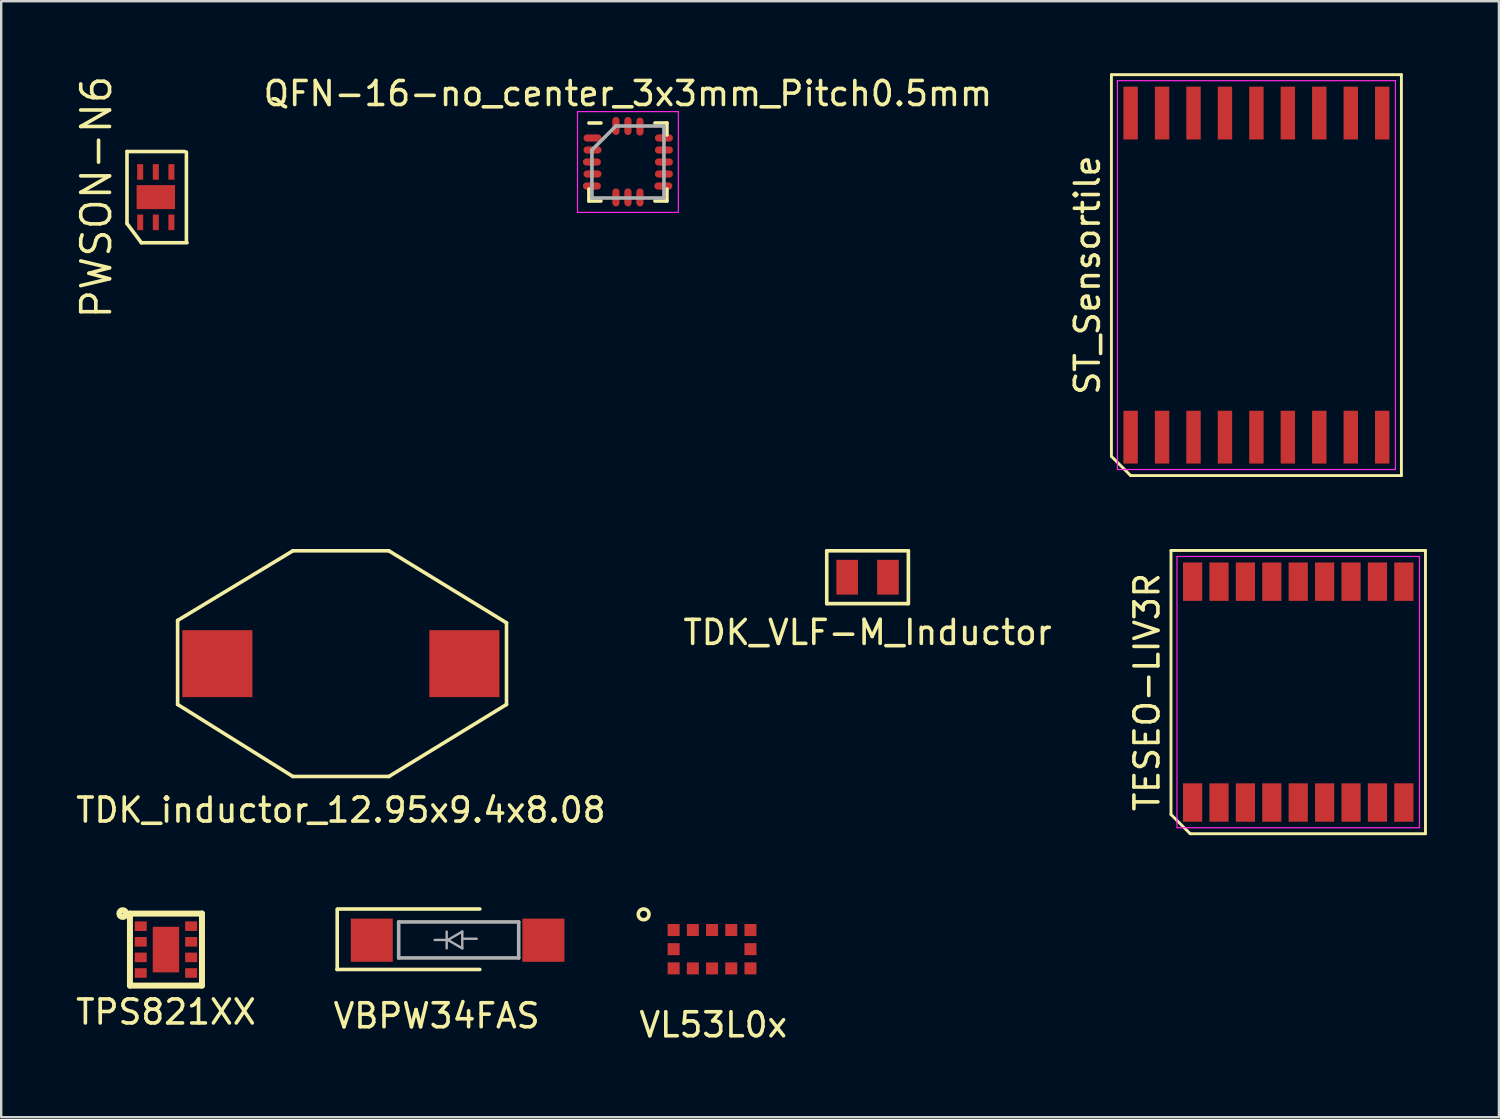
<source format=kicad_pcb>
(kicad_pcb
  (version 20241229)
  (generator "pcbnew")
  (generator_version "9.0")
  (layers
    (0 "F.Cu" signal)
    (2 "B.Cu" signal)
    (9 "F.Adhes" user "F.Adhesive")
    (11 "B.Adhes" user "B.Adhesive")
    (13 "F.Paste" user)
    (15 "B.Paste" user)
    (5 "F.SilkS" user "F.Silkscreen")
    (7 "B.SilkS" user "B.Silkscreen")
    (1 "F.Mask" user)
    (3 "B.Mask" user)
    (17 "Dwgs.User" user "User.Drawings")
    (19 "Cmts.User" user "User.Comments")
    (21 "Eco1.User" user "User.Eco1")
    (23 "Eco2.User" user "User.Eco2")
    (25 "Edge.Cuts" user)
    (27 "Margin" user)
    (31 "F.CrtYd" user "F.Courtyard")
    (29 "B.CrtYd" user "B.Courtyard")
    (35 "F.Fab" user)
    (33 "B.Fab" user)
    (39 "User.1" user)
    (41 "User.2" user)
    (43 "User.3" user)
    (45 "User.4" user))
  (footprint "TPS821XX"
    (layer "F.Cu")
    (at 3.863 36.506)
    (property "Reference" "TPS821XX" (at 0 2.6 0) (layer "F.SilkS") (effects (font (size 1 1) (thickness 0.15))))
    (attr through_hole)
    (fp_line (start -1.5 -1.5) (end 1.5 -1.5) (stroke (width 0.25) (type solid)) (layer "F.SilkS"))
    (fp_line (start -1.5 1.5) (end -1.5 -1.5) (stroke (width 0.25) (type solid)) (layer "F.SilkS"))
    (fp_line (start 1.5 -1.5) (end 1.5 1.5) (stroke (width 0.25) (type solid)) (layer "F.SilkS"))
    (fp_line (start 1.5 1.5) (end -1.5 1.5) (stroke (width 0.25) (type solid)) (layer "F.SilkS"))
    (fp_circle (center -1.8 -1.5) (end -1.7 -1.4) (stroke (width 0.25) (type solid)) (fill no) (layer "F.SilkS"))
    (pad "1" smd rect (at -1.05 -0.975) (size 0.5 0.4) (layers "F.Cu" "F.Mask" "F.Paste"))
    (pad "2" smd rect (at -1.05 -0.325) (size 0.5 0.4) (layers "F.Cu" "F.Mask" "F.Paste"))
    (pad "3" smd rect (at -1.05 0.325) (size 0.5 0.4) (layers "F.Cu" "F.Mask" "F.Paste"))
    (pad "3" smd rect (at 0 0) (size 1.1 1.9) (layers "F.Cu" "F.Mask" "F.Paste"))
    (pad "4" smd rect (at -1.05 0.975) (size 0.5 0.4) (layers "F.Cu" "F.Mask" "F.Paste"))
    (pad "5" smd rect (at 1.05 0.975) (size 0.5 0.4) (layers "F.Cu" "F.Mask" "F.Paste"))
    (pad "6" smd rect (at 1.05 0.325) (size 0.5 0.4) (layers "F.Cu" "F.Mask" "F.Paste"))
    (pad "7" smd rect (at 1.05 -0.325) (size 0.5 0.4) (layers "F.Cu" "F.Mask" "F.Paste"))
    (pad "8" smd rect (at 1.05 -0.975) (size 0.5 0.4) (layers "F.Cu" "F.Mask" "F.Paste")))
  (footprint "TDK_VLF-M_Inductor"
    (layer "F.Cu")
    (at 33.089 20.995)
    (property "Reference" "TDK_VLF-M_Inductor" (at 0 2.3 0) (layer "F.SilkS") (effects (font (size 1 1) (thickness 0.15))))
    (attr through_hole)
    (fp_line (start -1.7 -1.1) (end 1.7 -1.1) (stroke (width 0.15) (type solid)) (layer "F.SilkS"))
    (fp_line (start -1.7 1.1) (end -1.7 -1.1) (stroke (width 0.15) (type solid)) (layer "F.SilkS"))
    (fp_line (start 1.7 -1.1) (end 1.7 1.1) (stroke (width 0.15) (type solid)) (layer "F.SilkS"))
    (fp_line (start 1.7 1.1) (end -1.7 1.1) (stroke (width 0.15) (type solid)) (layer "F.SilkS"))
    (pad "1" smd rect (at -0.85 0) (size 0.9 1.45) (layers "F.Cu" "F.Mask" "F.Paste"))
    (pad "2" smd rect (at 0.85 0) (size 0.9 1.45) (layers "F.Cu" "F.Mask" "F.Paste")))
  (footprint "QFN-16-no_center_3x3mm_Pitch0.5mm"
    (layer "F.Cu")
    (at 23.107 3.698)
    (property "Reference" "QFN-16-no_center_3x3mm_Pitch0.5mm" (at 0 -2.85 0) (layer "F.SilkS") (effects (font (size 1 1) (thickness 0.15))))
    (attr smd)
    (fp_line (start -1.625 -1.625) (end -1.125 -1.625) (stroke (width 0.15) (type solid)) (layer "F.SilkS"))
    (fp_line (start -1.625 1.625) (end -1.625 1.125) (stroke (width 0.15) (type solid)) (layer "F.SilkS"))
    (fp_line (start -1.625 1.625) (end -1.125 1.625) (stroke (width 0.15) (type solid)) (layer "F.SilkS"))
    (fp_line (start 1.625 -1.625) (end 1.125 -1.625) (stroke (width 0.15) (type solid)) (layer "F.SilkS"))
    (fp_line (start 1.625 -1.625) (end 1.625 -1.125) (stroke (width 0.15) (type solid)) (layer "F.SilkS"))
    (fp_line (start 1.625 1.625) (end 1.125 1.625) (stroke (width 0.15) (type solid)) (layer "F.SilkS"))
    (fp_line (start 1.625 1.625) (end 1.625 1.125) (stroke (width 0.15) (type solid)) (layer "F.SilkS"))
    (fp_line (start -2.1 -2.1) (end -2.1 2.1) (stroke (width 0.05) (type solid)) (layer "F.CrtYd"))
    (fp_line (start -2.1 -2.1) (end 2.1 -2.1) (stroke (width 0.05) (type solid)) (layer "F.CrtYd"))
    (fp_line (start -2.1 2.1) (end 2.1 2.1) (stroke (width 0.05) (type solid)) (layer "F.CrtYd"))
    (fp_line (start 2.1 -2.1) (end 2.1 2.1) (stroke (width 0.05) (type solid)) (layer "F.CrtYd"))
    (fp_line (start -1.5 -0.5) (end -0.5 -1.5) (stroke (width 0.15) (type solid)) (layer "F.Fab"))
    (fp_line (start -1.5 1.5) (end -1.5 -0.5) (stroke (width 0.15) (type solid)) (layer "F.Fab"))
    (fp_line (start -0.5 -1.5) (end 1.5 -1.5) (stroke (width 0.15) (type solid)) (layer "F.Fab"))
    (fp_line (start 1.5 -1.5) (end 1.5 1.5) (stroke (width 0.15) (type solid)) (layer "F.Fab"))
    (fp_line (start 1.5 1.5) (end -1.5 1.5) (stroke (width 0.15) (type solid)) (layer "F.Fab"))
    (pad "1" smd oval (at -1.475 -1) (size 0.75 0.3) (layers "F.Cu" "F.Mask" "F.Paste"))
    (pad "2" smd oval (at -1.475 -0.5) (size 0.75 0.3) (layers "F.Cu" "F.Mask" "F.Paste"))
    (pad "3" smd oval (at -1.5 0) (size 0.75 0.3) (layers "F.Cu" "F.Mask" "F.Paste"))
    (pad "4" smd oval (at -1.475 0.5) (size 0.75 0.3) (layers "F.Cu" "F.Mask" "F.Paste"))
    (pad "5" smd oval (at -1.5 1 180) (size 0.75 0.3) (layers "F.Cu" "F.Mask" "F.Paste"))
    (pad "6" smd oval (at -0.5 1.475 90) (size 0.75 0.3) (layers "F.Cu" "F.Mask" "F.Paste"))
    (pad "7" smd oval (at 0 1.475 90) (size 0.75 0.3) (layers "F.Cu" "F.Mask" "F.Paste"))
    (pad "8" smd oval (at 0.5 1.475 90) (size 0.75 0.3) (layers "F.Cu" "F.Mask" "F.Paste"))
    (pad "9" smd oval (at 1.475 1) (size 0.75 0.3) (layers "F.Cu" "F.Mask" "F.Paste"))
    (pad "10" smd oval (at 1.5 0.5) (size 0.75 0.3) (layers "F.Cu" "F.Mask" "F.Paste"))
    (pad "11" smd oval (at 1.5 0) (size 0.75 0.3) (layers "F.Cu" "F.Mask" "F.Paste"))
    (pad "12" smd oval (at 1.5 -0.5) (size 0.75 0.3) (layers "F.Cu" "F.Mask" "F.Paste"))
    (pad "13" smd oval (at 1.5 -1 180) (size 0.75 0.3) (layers "F.Cu" "F.Mask" "F.Paste"))
    (pad "14" smd oval (at 0.5 -1.475 90) (size 0.75 0.3) (layers "F.Cu" "F.Mask" "F.Paste"))
    (pad "15" smd oval (at 0 -1.5 90) (size 0.75 0.3) (layers "F.Cu" "F.Mask" "F.Paste"))
    (pad "16" smd oval (at -0.5 -1.5 90) (size 0.75 0.3) (layers "F.Cu" "F.Mask" "F.Paste")))
  (footprint "VBPW34FAS"
    (layer "F.Cu")
    (at 16.007 36.115)
    (property "Reference" "VBPW34FAS" (at -0.87 3.15 0) (layer "F.SilkS") (effects (font (size 1 1) (thickness 0.15))))
    (attr through_hole)
    (fp_line (start -5.02 1.22) (end 0.93 1.22) (stroke (width 0.15) (type solid)) (layer "F.SilkS"))
    (fp_line (start -5.01 -1.28) (end -5.01 1.22) (stroke (width 0.15) (type solid)) (layer "F.SilkS"))
    (fp_line (start -5 -1.3) (end 0.93 -1.3) (stroke (width 0.15) (type solid)) (layer "F.SilkS"))
    (fp_line (start -2.45 -0.76) (end -2.45 0.74) (stroke (width 0.15) (type solid)) (layer "F.Fab"))
    (fp_line (start -2.45 0.74) (end 2.55 0.74) (stroke (width 0.15) (type solid)) (layer "F.Fab"))
    (fp_line (start -0.45 -0.36) (end -0.45 0.34) (stroke (width 0.1) (type solid)) (layer "F.Fab"))
    (fp_line (start -0.4 -0.01) (end -0.95 -0.01) (stroke (width 0.1) (type solid)) (layer "F.Fab"))
    (fp_line (start -0.4 -0.01) (end 0.2 0.34) (stroke (width 0.1) (type solid)) (layer "F.Fab"))
    (fp_line (start 0.2 -0.36) (end -0.4 -0.01) (stroke (width 0.1) (type solid)) (layer "F.Fab"))
    (fp_line (start 0.2 0.34) (end 0.2 -0.36) (stroke (width 0.1) (type solid)) (layer "F.Fab"))
    (fp_line (start 0.8 -0.06) (end 0.2 -0.06) (stroke (width 0.1) (type solid)) (layer "F.Fab"))
    (fp_line (start 2.55 -0.76) (end -2.45 -0.76) (stroke (width 0.15) (type solid)) (layer "F.Fab"))
    (fp_line (start 2.55 0.74) (end 2.55 -0.76) (stroke (width 0.15) (type solid)) (layer "F.Fab"))
    (pad "1" smd rect (at -3.57 0) (size 1.75 1.8) (layers "F.Cu" "F.Mask" "F.Paste"))
    (pad "2" smd rect (at 3.58 0) (size 1.75 1.8) (layers "F.Cu" "F.Mask" "F.Paste")))
  (footprint "VL53L0x"
    (layer "F.Cu")
    (at 26.661 36.539)
    (property "Reference" "VL53L0x" (at 0 3.1 0) (layer "F.SilkS") (effects (font (size 1 1) (thickness 0.15))))
    (attr through_hole)
    (fp_circle (center -2.9 -1.5) (end -2.8 -1.3) (stroke (width 0.15) (type solid)) (fill no) (layer "F.SilkS"))
    (pad "1" smd rect (at -1.65 -0.85) (size 0.5 0.5) (layers "F.Cu" "F.Mask" "F.Paste"))
    (pad "2" smd rect (at -0.85 -0.85) (size 0.5 0.5) (layers "F.Cu" "F.Mask" "F.Paste"))
    (pad "3" smd rect (at -0.05 -0.85) (size 0.5 0.5) (layers "F.Cu" "F.Mask" "F.Paste"))
    (pad "4" smd rect (at 0.75 -0.85) (size 0.5 0.5) (layers "F.Cu" "F.Mask" "F.Paste"))
    (pad "5" smd rect (at 1.55 -0.85) (size 0.5 0.5) (layers "F.Cu" "F.Mask" "F.Paste"))
    (pad "6" smd rect (at 1.55 -0.05) (size 0.5 0.5) (layers "F.Cu" "F.Mask" "F.Paste"))
    (pad "7" smd rect (at 1.55 0.75) (size 0.5 0.5) (layers "F.Cu" "F.Mask" "F.Paste"))
    (pad "8" smd rect (at 0.75 0.75) (size 0.5 0.5) (layers "F.Cu" "F.Mask" "F.Paste"))
    (pad "9" smd rect (at -0.05 0.75) (size 0.5 0.5) (layers "F.Cu" "F.Mask" "F.Paste"))
    (pad "10" smd rect (at -0.85 0.75) (size 0.5 0.5) (layers "F.Cu" "F.Mask" "F.Paste"))
    (pad "11" smd rect (at -1.65 0.75) (size 0.5 0.5) (layers "F.Cu" "F.Mask" "F.Paste"))
    (pad "12" smd rect (at -1.65 -0.05) (size 0.5 0.5) (layers "F.Cu" "F.Mask" "F.Paste")))
  (footprint "TDK_inductor_12.95x9.4x8.08"
    (layer "F.Cu")
    (at 11.149 24.595)
    (property "Reference" "TDK_inductor_12.95x9.4x8.08" (at 0 6.1 0) (layer "F.SilkS") (effects (font (size 1 1) (thickness 0.15))))
    (attr through_hole)
    (fp_line (start -6.8 -1.8) (end -6.8 1.7) (stroke (width 0.15) (type solid)) (layer "F.SilkS"))
    (fp_line (start -6.8 1.7) (end -2 4.7) (stroke (width 0.15) (type solid)) (layer "F.SilkS"))
    (fp_line (start -2 -4.7) (end -6.8 -1.8) (stroke (width 0.15) (type solid)) (layer "F.SilkS"))
    (fp_line (start -2 -4.7) (end 2 -4.7) (stroke (width 0.15) (type solid)) (layer "F.SilkS"))
    (fp_line (start -2 4.7) (end 2 4.7) (stroke (width 0.15) (type solid)) (layer "F.SilkS"))
    (fp_line (start 2 4.7) (end 6.9 1.7) (stroke (width 0.15) (type solid)) (layer "F.SilkS"))
    (fp_line (start 6.9 -1.7) (end 2 -4.7) (stroke (width 0.15) (type solid)) (layer "F.SilkS"))
    (fp_line (start 6.9 1.7) (end 6.9 -1.7) (stroke (width 0.15) (type solid)) (layer "F.SilkS"))
    (pad "1" smd rect (at -5.145 0) (size 2.92 2.79) (layers "F.Cu" "F.Mask" "F.Paste"))
    (pad "2" smd rect (at 5.145 0) (size 2.92 2.79) (layers "F.Cu" "F.Mask" "F.Paste")))
  (footprint "ST_Sensortile"
    (layer "F.Cu")
    (at 49.287 8.41)
    (property "Reference" "ST_Sensortile" (at -7.04 0 90) (layer "F.SilkS") (effects (font (size 1 1) (thickness 0.15))))
    (attr smd)
    (fp_line (start -6.04 -8.35) (end 6.04 -8.35) (stroke (width 0.12) (type solid)) (layer "F.SilkS"))
    (fp_line (start -6.04 7.55) (end -6.04 -8.35) (stroke (width 0.12) (type solid)) (layer "F.SilkS"))
    (fp_line (start -5.24 8.35) (end -6.04 7.55) (stroke (width 0.12) (type solid)) (layer "F.SilkS"))
    (fp_line (start 6.04 -8.35) (end 6.04 8.35) (stroke (width 0.12) (type solid)) (layer "F.SilkS"))
    (fp_line (start 6.04 8.35) (end -5.24 8.35) (stroke (width 0.12) (type solid)) (layer "F.SilkS"))
    (fp_line (start -5.79 -8.1) (end 5.79 -8.1) (stroke (width 0.05) (type solid)) (layer "F.CrtYd"))
    (fp_line (start -5.79 8.1) (end -5.79 -8.1) (stroke (width 0.05) (type solid)) (layer "F.CrtYd"))
    (fp_line (start 5.79 -8.1) (end 5.79 8.1) (stroke (width 0.05) (type solid)) (layer "F.CrtYd"))
    (fp_line (start 5.79 8.1) (end -5.79 8.1) (stroke (width 0.05) (type solid)) (layer "F.CrtYd"))
    (pad "1" smd rect (at -5.24 6.75) (size 0.6 2.2) (layers "F.Cu" "F.Mask" "F.Paste"))
    (pad "2" smd rect (at -3.93 6.75) (size 0.6 2.2) (layers "F.Cu" "F.Mask" "F.Paste"))
    (pad "3" smd rect (at -2.62 6.75) (size 0.6 2.2) (layers "F.Cu" "F.Mask" "F.Paste"))
    (pad "4" smd rect (at -1.31 6.75) (size 0.6 2.2) (layers "F.Cu" "F.Mask" "F.Paste"))
    (pad "5" smd rect (at 0 6.75) (size 0.6 2.2) (layers "F.Cu" "F.Mask" "F.Paste"))
    (pad "6" smd rect (at 1.31 6.75) (size 0.6 2.2) (layers "F.Cu" "F.Mask" "F.Paste"))
    (pad "7" smd rect (at 2.62 6.75) (size 0.6 2.2) (layers "F.Cu" "F.Mask" "F.Paste"))
    (pad "8" smd rect (at 3.93 6.75) (size 0.6 2.2) (layers "F.Cu" "F.Mask" "F.Paste"))
    (pad "9" smd rect (at 5.24 6.75) (size 0.6 2.2) (layers "F.Cu" "F.Mask" "F.Paste"))
    (pad "10" smd rect (at 5.24 -6.75) (size 0.6 2.2) (layers "F.Cu" "F.Mask" "F.Paste"))
    (pad "11" smd rect (at 3.93 -6.75) (size 0.6 2.2) (layers "F.Cu" "F.Mask" "F.Paste"))
    (pad "12" smd rect (at 2.62 -6.75) (size 0.6 2.2) (layers "F.Cu" "F.Mask" "F.Paste"))
    (pad "13" smd rect (at 1.31 -6.75) (size 0.6 2.2) (layers "F.Cu" "F.Mask" "F.Paste"))
    (pad "14" smd rect (at 0 -6.75) (size 0.6 2.2) (layers "F.Cu" "F.Mask" "F.Paste"))
    (pad "15" smd rect (at -1.31 -6.75) (size 0.6 2.2) (layers "F.Cu" "F.Mask" "F.Paste"))
    (pad "16" smd rect (at -2.62 -6.75) (size 0.6 2.2) (layers "F.Cu" "F.Mask" "F.Paste"))
    (pad "17" smd rect (at -3.93 -6.75) (size 0.6 2.2) (layers "F.Cu" "F.Mask" "F.Paste"))
    (pad "18" smd rect (at -5.24 -6.75) (size 0.6 2.2) (layers "F.Cu" "F.Mask" "F.Paste")))
  (footprint "TESEO-LIV3R"
    (layer "F.Cu")
    (at 51.029 25.78)
    (property "Reference" "TESEO-LIV3R" (at -6.3 0 90) (layer "F.SilkS") (effects (font (size 1 1) (thickness 0.15))))
    (attr smd)
    (fp_line (start -5.3 -5.9) (end 5.3 -5.9) (stroke (width 0.12) (type solid)) (layer "F.SilkS"))
    (fp_line (start -5.3 5.1) (end -5.3 -5.9) (stroke (width 0.12) (type solid)) (layer "F.SilkS"))
    (fp_line (start -4.5 5.9) (end -5.3 5.1) (stroke (width 0.12) (type solid)) (layer "F.SilkS"))
    (fp_line (start 5.3 -5.9) (end 5.3 5.9) (stroke (width 0.12) (type solid)) (layer "F.SilkS"))
    (fp_line (start 5.3 5.9) (end -4.5 5.9) (stroke (width 0.12) (type solid)) (layer "F.SilkS"))
    (fp_line (start -5.05 -5.65) (end 5.05 -5.65) (stroke (width 0.05) (type solid)) (layer "F.CrtYd"))
    (fp_line (start -5.05 5.65) (end -5.05 -5.65) (stroke (width 0.05) (type solid)) (layer "F.CrtYd"))
    (fp_line (start 5.05 -5.65) (end 5.05 5.65) (stroke (width 0.05) (type solid)) (layer "F.CrtYd"))
    (fp_line (start 5.05 5.65) (end -5.05 5.65) (stroke (width 0.05) (type solid)) (layer "F.CrtYd"))
    (pad "1" smd rect (at -4.4 4.6) (size 0.8 1.6) (layers "F.Cu" "F.Mask" "F.Paste"))
    (pad "2" smd rect (at -3.3 4.6) (size 0.8 1.6) (layers "F.Cu" "F.Mask" "F.Paste"))
    (pad "3" smd rect (at -2.2 4.6) (size 0.8 1.6) (layers "F.Cu" "F.Mask" "F.Paste"))
    (pad "4" smd rect (at -1.1 4.6) (size 0.8 1.6) (layers "F.Cu" "F.Mask" "F.Paste"))
    (pad "5" smd rect (at 0 4.6) (size 0.8 1.6) (layers "F.Cu" "F.Mask" "F.Paste"))
    (pad "6" smd rect (at 1.1 4.6) (size 0.8 1.6) (layers "F.Cu" "F.Mask" "F.Paste"))
    (pad "7" smd rect (at 2.2 4.6) (size 0.8 1.6) (layers "F.Cu" "F.Mask" "F.Paste"))
    (pad "8" smd rect (at 3.3 4.6) (size 0.8 1.6) (layers "F.Cu" "F.Mask" "F.Paste"))
    (pad "9" smd rect (at 4.4 4.6) (size 0.8 1.6) (layers "F.Cu" "F.Mask" "F.Paste"))
    (pad "10" smd rect (at 4.4 -4.6) (size 0.8 1.6) (layers "F.Cu" "F.Mask" "F.Paste"))
    (pad "11" smd rect (at 3.3 -4.6) (size 0.8 1.6) (layers "F.Cu" "F.Mask" "F.Paste"))
    (pad "12" smd rect (at 2.2 -4.6) (size 0.8 1.6) (layers "F.Cu" "F.Mask" "F.Paste"))
    (pad "13" smd rect (at 1.1 -4.6) (size 0.8 1.6) (layers "F.Cu" "F.Mask" "F.Paste"))
    (pad "14" smd rect (at 0 -4.6) (size 0.8 1.6) (layers "F.Cu" "F.Mask" "F.Paste"))
    (pad "15" smd rect (at -1.1 -4.6) (size 0.8 1.6) (layers "F.Cu" "F.Mask" "F.Paste"))
    (pad "16" smd rect (at -2.2 -4.6) (size 0.8 1.6) (layers "F.Cu" "F.Mask" "F.Paste"))
    (pad "17" smd rect (at -3.3 -4.6) (size 0.8 1.6) (layers "F.Cu" "F.Mask" "F.Paste"))
    (pad "18" smd rect (at -4.4 -4.6) (size 0.8 1.6) (layers "F.Cu" "F.Mask" "F.Paste")))
  (footprint "PWSON-N6"
    (layer "F.Cu")
    (at 3.44 5.162)
    (property "Reference" "PWSON-N6" (at -2.475 0 90) (layer "F.SilkS") (effects (font (size 1.2 1.2) (thickness 0.15))))
    (attr through_hole)
    (fp_line (start -1.2 -1.9) (end 1.2 -1.9) (stroke (width 0.15) (type solid)) (layer "F.SilkS"))
    (fp_line (start -1.2 1.1) (end -1.2 -1.9) (stroke (width 0.15) (type solid)) (layer "F.SilkS"))
    (fp_line (start -0.6 1.9) (end -1.2 1.1) (stroke (width 0.15) (type solid)) (layer "F.SilkS"))
    (fp_line (start 1.275 1.875) (end 1.275 -1.875) (stroke (width 0.15) (type solid)) (layer "F.SilkS"))
    (fp_line (start 1.3 1.9) (end -0.6 1.9) (stroke (width 0.15) (type solid)) (layer "F.SilkS"))
    (pad "1" smd rect (at -0.65 1.05) (size 0.25 0.65) (layers "F.Cu" "F.Mask" "F.Paste"))
    (pad "2" smd rect (at 0 1.05) (size 0.25 0.65) (layers "F.Cu" "F.Mask" "F.Paste"))
    (pad "3" smd rect (at 0.65 1.05) (size 0.25 0.65) (layers "F.Cu" "F.Mask" "F.Paste"))
    (pad "4" smd rect (at 0.65 -1.05) (size 0.25 0.65) (layers "F.Cu" "F.Mask" "F.Paste"))
    (pad "5" smd rect (at 0 -1.05) (size 0.25 0.65) (layers "F.Cu" "F.Mask" "F.Paste"))
    (pad "6" smd rect (at -0.65 -1.05) (size 0.25 0.65) (layers "F.Cu" "F.Mask" "F.Paste"))
    (pad "~" smd rect (at 0 0) (size 1.6 1) (layers "F.Cu" "F.Mask" "F.Paste")))
  (gr_rect
    (start -3 -3)
    (end 59.389 43.487)
    (stroke (width 0.1) (type default))
    (fill no)
    (layer "Edge.Cuts")))
</source>
